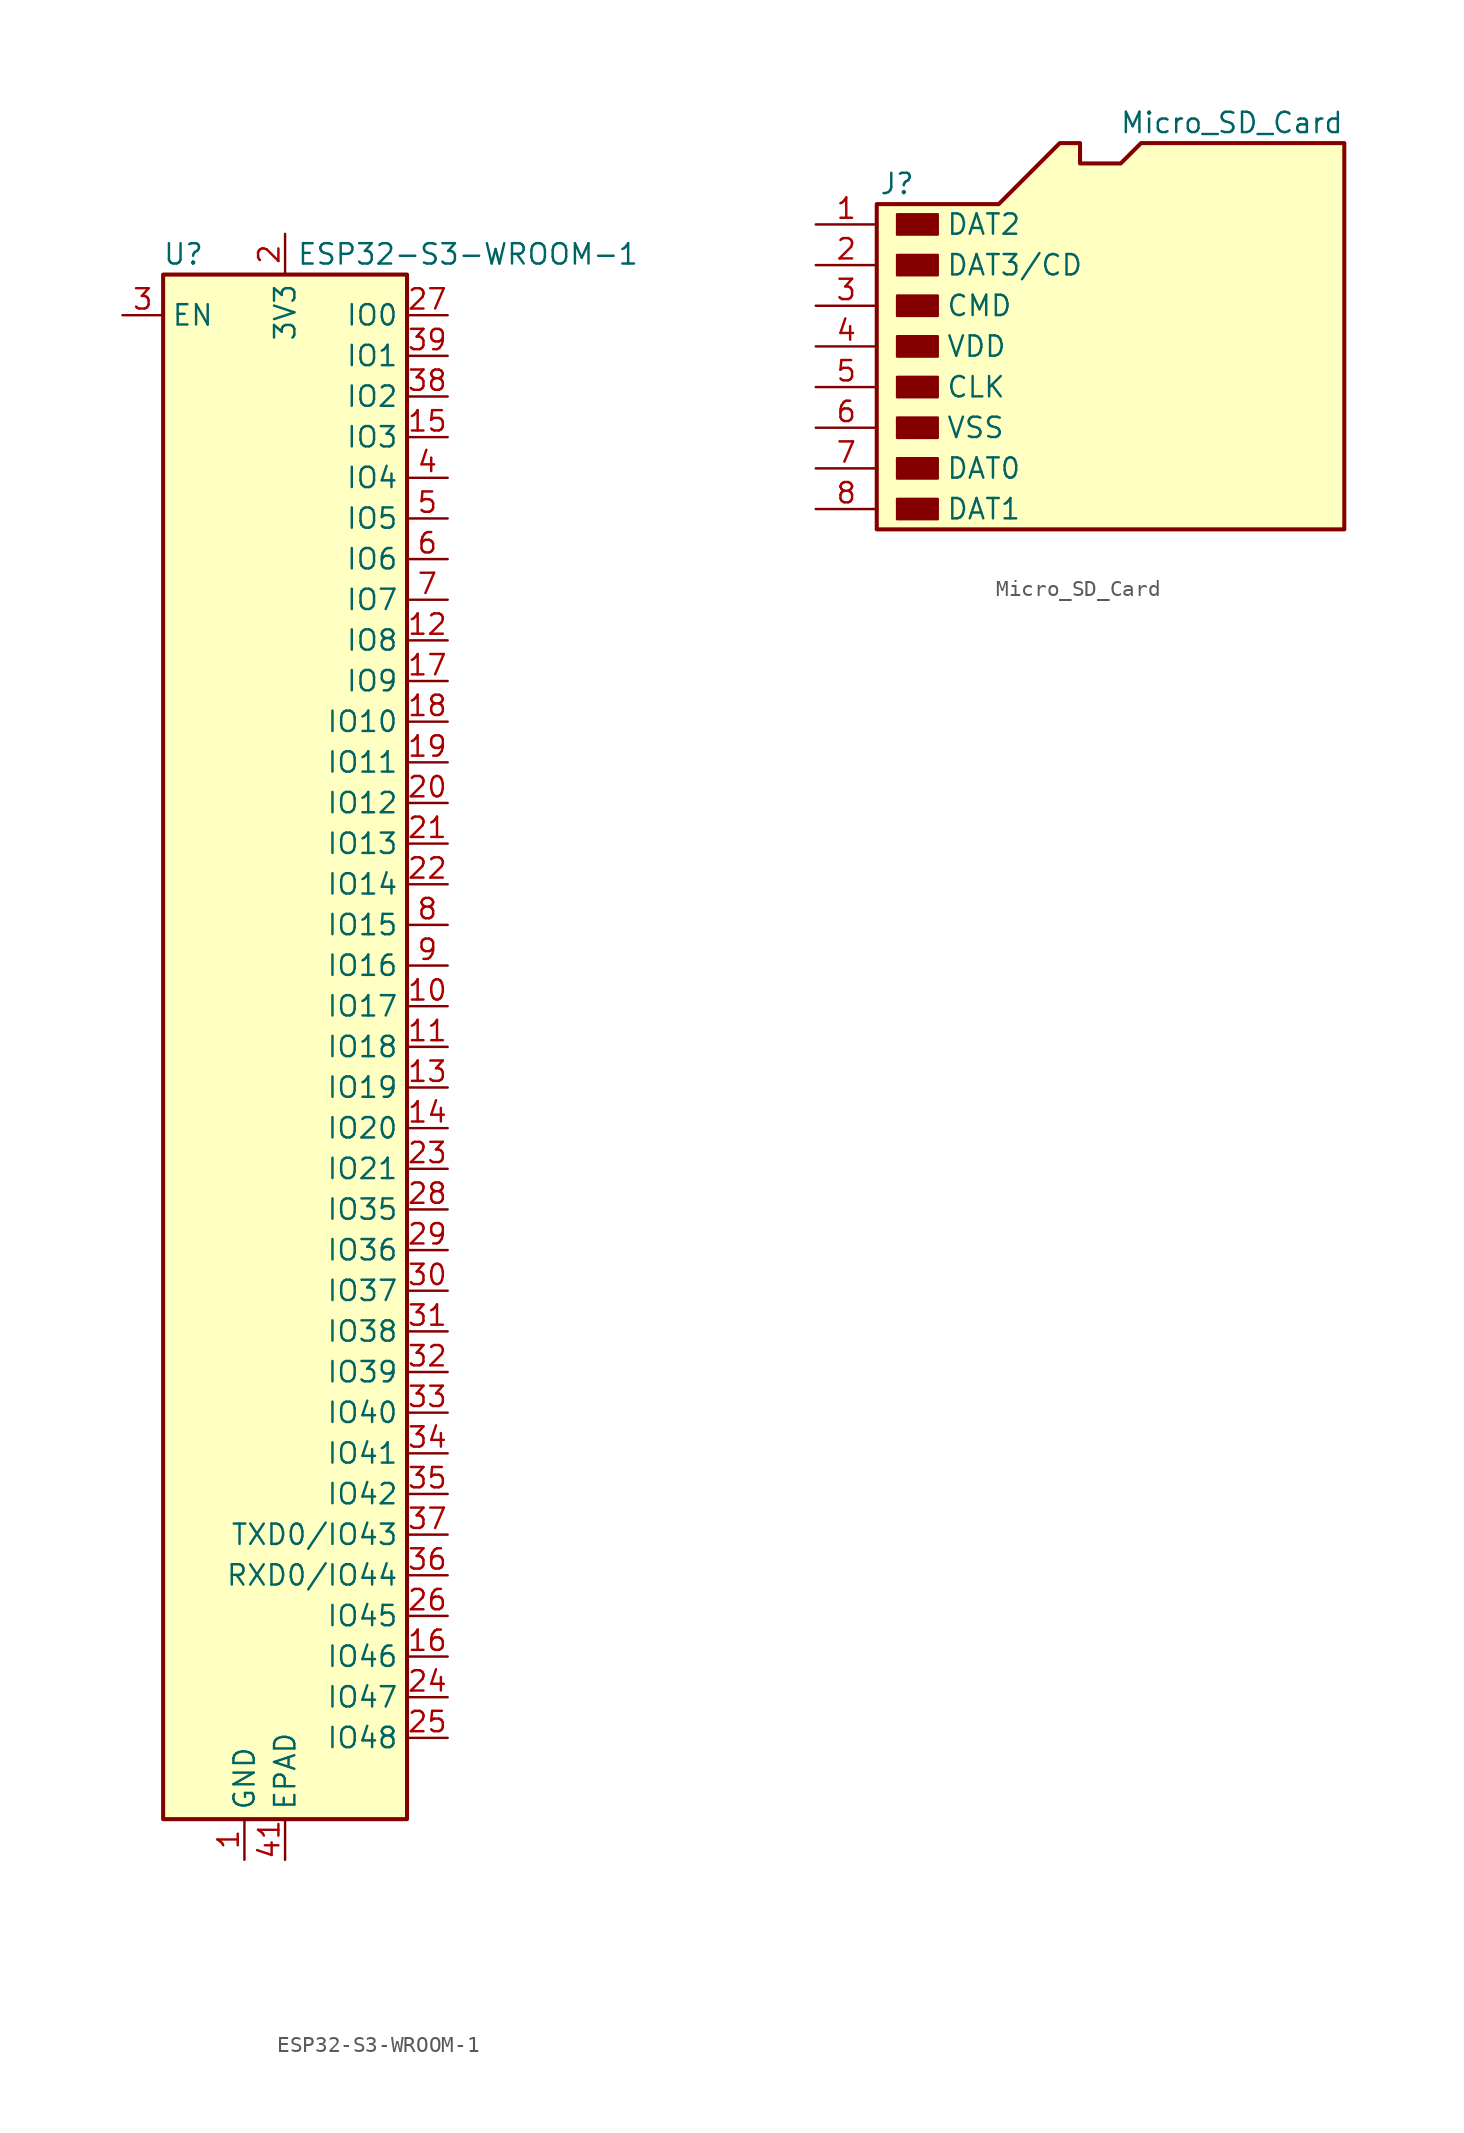
<source format=kicad_sym>
(kicad_symbol_lib
  (version 20241209)
  (generator "kicad_symbol_editor")
  (generator_version "9.0")
  (symbol "ESP32-S3-WROOM-1"
    (property "Reference" "U"
      (at -6.35 49.53 0)
      (effects (font (size 1.27 1.27))))
    (property "Value" "ESP32-S3-WROOM-1"
      (at 11.43 49.53 0)
      (effects (font (size 1.27 1.27))))
    (symbol "ESP32-S3-WROOM-1_0_1"
      (rectangle (start -7.62 48.26) (end 7.62 -48.26) (stroke (width 0.254) (type default)) (fill (type background))))
    (symbol "ESP32-S3-WROOM-1_1_1"
      (pin input line (at -10.16 45.72 0) (length 2.54) (name "EN" (effects (font (size 1.27 1.27)))) (number "3" (effects (font (size 1.27 1.27)))))
      (pin power_in line (at -2.54 -50.8 90) (length 2.54) (name "GND" (effects (font (size 1.27 1.27)))) (number "1" (effects (font (size 1.27 1.27)))))
      (pin passive line (at -2.54 -50.8 90) (length 2.54) (hide yes) (name "GND" (effects (font (size 1.27 1.27)))) (number "40" (effects (font (size 1.27 1.27)))))
      (pin power_in line (at 0 50.8 270) (length 2.54) (name "3V3" (effects (font (size 1.27 1.27)))) (number "2" (effects (font (size 1.27 1.27)))))
      (pin power_in line (at 0 -50.8 90) (length 2.54) (name "EPAD" (effects (font (size 1.27 1.27)))) (number "41" (effects (font (size 1.27 1.27)))))
      (pin bidirectional line (at 10.16 45.72 180) (length 2.54) (name "IO0" (effects (font (size 1.27 1.27)))) (number "27" (effects (font (size 1.27 1.27)))))
      (pin bidirectional line (at 10.16 43.18 180) (length 2.54) (name "IO1" (effects (font (size 1.27 1.27)))) (number "39" (effects (font (size 1.27 1.27)))))
      (pin bidirectional line (at 10.16 40.64 180) (length 2.54) (name "IO2" (effects (font (size 1.27 1.27)))) (number "38" (effects (font (size 1.27 1.27)))))
      (pin bidirectional line (at 10.16 38.1 180) (length 2.54) (name "IO3" (effects (font (size 1.27 1.27)))) (number "15" (effects (font (size 1.27 1.27)))))
      (pin bidirectional line (at 10.16 35.56 180) (length 2.54) (name "IO4" (effects (font (size 1.27 1.27)))) (number "4" (effects (font (size 1.27 1.27)))))
      (pin bidirectional line (at 10.16 33.02 180) (length 2.54) (name "IO5" (effects (font (size 1.27 1.27)))) (number "5" (effects (font (size 1.27 1.27)))))
      (pin bidirectional line (at 10.16 30.48 180) (length 2.54) (name "IO6" (effects (font (size 1.27 1.27)))) (number "6" (effects (font (size 1.27 1.27)))))
      (pin bidirectional line (at 10.16 27.94 180) (length 2.54) (name "IO7" (effects (font (size 1.27 1.27)))) (number "7" (effects (font (size 1.27 1.27)))))
      (pin bidirectional line (at 10.16 25.4 180) (length 2.54) (name "IO8" (effects (font (size 1.27 1.27)))) (number "12" (effects (font (size 1.27 1.27)))))
      (pin bidirectional line (at 10.16 22.86 180) (length 2.54) (name "IO9" (effects (font (size 1.27 1.27)))) (number "17" (effects (font (size 1.27 1.27)))))
      (pin bidirectional line (at 10.16 20.32 180) (length 2.54) (name "IO10" (effects (font (size 1.27 1.27)))) (number "18" (effects (font (size 1.27 1.27)))))
      (pin bidirectional line (at 10.16 17.78 180) (length 2.54) (name "IO11" (effects (font (size 1.27 1.27)))) (number "19" (effects (font (size 1.27 1.27)))))
      (pin bidirectional line (at 10.16 15.24 180) (length 2.54) (name "IO12" (effects (font (size 1.27 1.27)))) (number "20" (effects (font (size 1.27 1.27)))))
      (pin bidirectional line (at 10.16 12.7 180) (length 2.54) (name "IO13" (effects (font (size 1.27 1.27)))) (number "21" (effects (font (size 1.27 1.27)))))
      (pin bidirectional line (at 10.16 10.16 180) (length 2.54) (name "IO14" (effects (font (size 1.27 1.27)))) (number "22" (effects (font (size 1.27 1.27)))))
      (pin bidirectional line (at 10.16 7.62 180) (length 2.54) (name "IO15" (effects (font (size 1.27 1.27)))) (number "8" (effects (font (size 1.27 1.27)))))
      (pin bidirectional line (at 10.16 5.08 180) (length 2.54) (name "IO16" (effects (font (size 1.27 1.27)))) (number "9" (effects (font (size 1.27 1.27)))))
      (pin bidirectional line (at 10.16 2.54 180) (length 2.54) (name "IO17" (effects (font (size 1.27 1.27)))) (number "10" (effects (font (size 1.27 1.27)))))
      (pin bidirectional line (at 10.16 0 180) (length 2.54) (name "IO18" (effects (font (size 1.27 1.27)))) (number "11" (effects (font (size 1.27 1.27)))))
      (pin bidirectional line (at 10.16 -2.54 180) (length 2.54) (name "IO19" (effects (font (size 1.27 1.27)))) (number "13" (effects (font (size 1.27 1.27)))))
      (pin bidirectional line (at 10.16 -5.08 180) (length 2.54) (name "IO20" (effects (font (size 1.27 1.27)))) (number "14" (effects (font (size 1.27 1.27)))))
      (pin bidirectional line (at 10.16 -7.62 180) (length 2.54) (name "IO21" (effects (font (size 1.27 1.27)))) (number "23" (effects (font (size 1.27 1.27)))))
      (pin bidirectional line (at 10.16 -10.16 180) (length 2.54) (name "IO35" (effects (font (size 1.27 1.27)))) (number "28" (effects (font (size 1.27 1.27)))))
      (pin bidirectional line (at 10.16 -12.7 180) (length 2.54) (name "IO36" (effects (font (size 1.27 1.27)))) (number "29" (effects (font (size 1.27 1.27)))))
      (pin bidirectional line (at 10.16 -15.24 180) (length 2.54) (name "IO37" (effects (font (size 1.27 1.27)))) (number "30" (effects (font (size 1.27 1.27)))))
      (pin bidirectional line (at 10.16 -17.78 180) (length 2.54) (name "IO38" (effects (font (size 1.27 1.27)))) (number "31" (effects (font (size 1.27 1.27)))))
      (pin bidirectional line (at 10.16 -20.32 180) (length 2.54) (name "IO39" (effects (font (size 1.27 1.27)))) (number "32" (effects (font (size 1.27 1.27)))))
      (pin bidirectional line (at 10.16 -22.86 180) (length 2.54) (name "IO40" (effects (font (size 1.27 1.27)))) (number "33" (effects (font (size 1.27 1.27)))))
      (pin bidirectional line (at 10.16 -25.4 180) (length 2.54) (name "IO41" (effects (font (size 1.27 1.27)))) (number "34" (effects (font (size 1.27 1.27)))))
      (pin bidirectional line (at 10.16 -27.94 180) (length 2.54) (name "IO42" (effects (font (size 1.27 1.27)))) (number "35" (effects (font (size 1.27 1.27)))))
      (pin bidirectional line (at 10.16 -30.48 180) (length 2.54) (name "TXD0/IO43" (effects (font (size 1.27 1.27)))) (number "37" (effects (font (size 1.27 1.27)))))
      (pin bidirectional line (at 10.16 -33.02 180) (length 2.54) (name "RXD0/IO44" (effects (font (size 1.27 1.27)))) (number "36" (effects (font (size 1.27 1.27)))))
      (pin bidirectional line (at 10.16 -35.56 180) (length 2.54) (name "IO45" (effects (font (size 1.27 1.27)))) (number "26" (effects (font (size 1.27 1.27)))))
      (pin bidirectional line (at 10.16 -38.1 180) (length 2.54) (name "IO46" (effects (font (size 1.27 1.27)))) (number "16" (effects (font (size 1.27 1.27)))))
      (pin bidirectional line (at 10.16 -40.64 180) (length 2.54) (name "IO47" (effects (font (size 1.27 1.27)))) (number "24" (effects (font (size 1.27 1.27)))))
      (pin bidirectional line (at 10.16 -43.18 180) (length 2.54) (name "IO48" (effects (font (size 1.27 1.27)))) (number "25" (effects (font (size 1.27 1.27)))))))
  (symbol "Micro_SD_Card"
    (pin_names
      (offset 4.318))
    (property "Reference" "J"
      (at -12.7 10.16 0)
      (effects (font (size 1.27 1.27))))
    (property "Value" "Micro_SD_Card"
      (at 15.24 13.97 0)
      (effects (font (size 1.27 1.27)) (justify right)))
    (symbol "Micro_SD_Card_0_1"
      (polyline (pts (xy -13.97 -11.43) (xy -13.97 8.89) (xy -6.35 8.89) (xy -2.54 12.7) (xy -1.27 12.7) (xy -1.27 11.43) (xy 1.27 11.43) (xy 2.54 12.7) (xy 15.24 12.7) (xy 15.24 -11.43) (xy -13.97 -11.43)) (stroke (width 0.254) (type default)) (fill (type background)))
      (rectangle (start -12.7 8.255) (end -10.16 6.985) (stroke (width 0) (type default)) (fill (type outline)))
      (rectangle (start -12.7 5.715) (end -10.16 4.445) (stroke (width 0) (type default)) (fill (type outline)))
      (rectangle (start -12.7 3.175) (end -10.16 1.905) (stroke (width 0) (type default)) (fill (type outline)))
      (rectangle (start -12.7 0.635) (end -10.16 -0.635) (stroke (width 0) (type default)) (fill (type outline)))
      (rectangle (start -12.7 -1.905) (end -10.16 -3.175) (stroke (width 0) (type default)) (fill (type outline)))
      (rectangle (start -12.7 -4.445) (end -10.16 -5.715) (stroke (width 0) (type default)) (fill (type outline)))
      (rectangle (start -12.7 -6.985) (end -10.16 -8.255) (stroke (width 0) (type default)) (fill (type outline)))
      (rectangle (start -12.7 -9.525) (end -10.16 -10.795) (stroke (width 0) (type default)) (fill (type outline))))
    (symbol "Micro_SD_Card_1_1"
      (pin bidirectional line (at -17.78 7.62 0) (length 3.81) (name "DAT2" (effects (font (size 1.27 1.27)))) (number "1" (effects (font (size 1.27 1.27)))))
      (pin bidirectional line (at -17.78 5.08 0) (length 3.81) (name "DAT3/CD" (effects (font (size 1.27 1.27)))) (number "2" (effects (font (size 1.27 1.27)))))
      (pin input line (at -17.78 2.54 0) (length 3.81) (name "CMD" (effects (font (size 1.27 1.27)))) (number "3" (effects (font (size 1.27 1.27)))))
      (pin power_in line (at -17.78 0 0) (length 3.81) (name "VDD" (effects (font (size 1.27 1.27)))) (number "4" (effects (font (size 1.27 1.27)))))
      (pin input line (at -17.78 -2.54 0) (length 3.81) (name "CLK" (effects (font (size 1.27 1.27)))) (number "5" (effects (font (size 1.27 1.27)))))
      (pin power_in line (at -17.78 -5.08 0) (length 3.81) (name "VSS" (effects (font (size 1.27 1.27)))) (number "6" (effects (font (size 1.27 1.27)))))
      (pin bidirectional line (at -17.78 -7.62 0) (length 3.81) (name "DAT0" (effects (font (size 1.27 1.27)))) (number "7" (effects (font (size 1.27 1.27)))))
      (pin bidirectional line (at -17.78 -10.16 0) (length 3.81) (name "DAT1" (effects (font (size 1.27 1.27)))) (number "8" (effects (font (size 1.27 1.27))))))))
</source>
